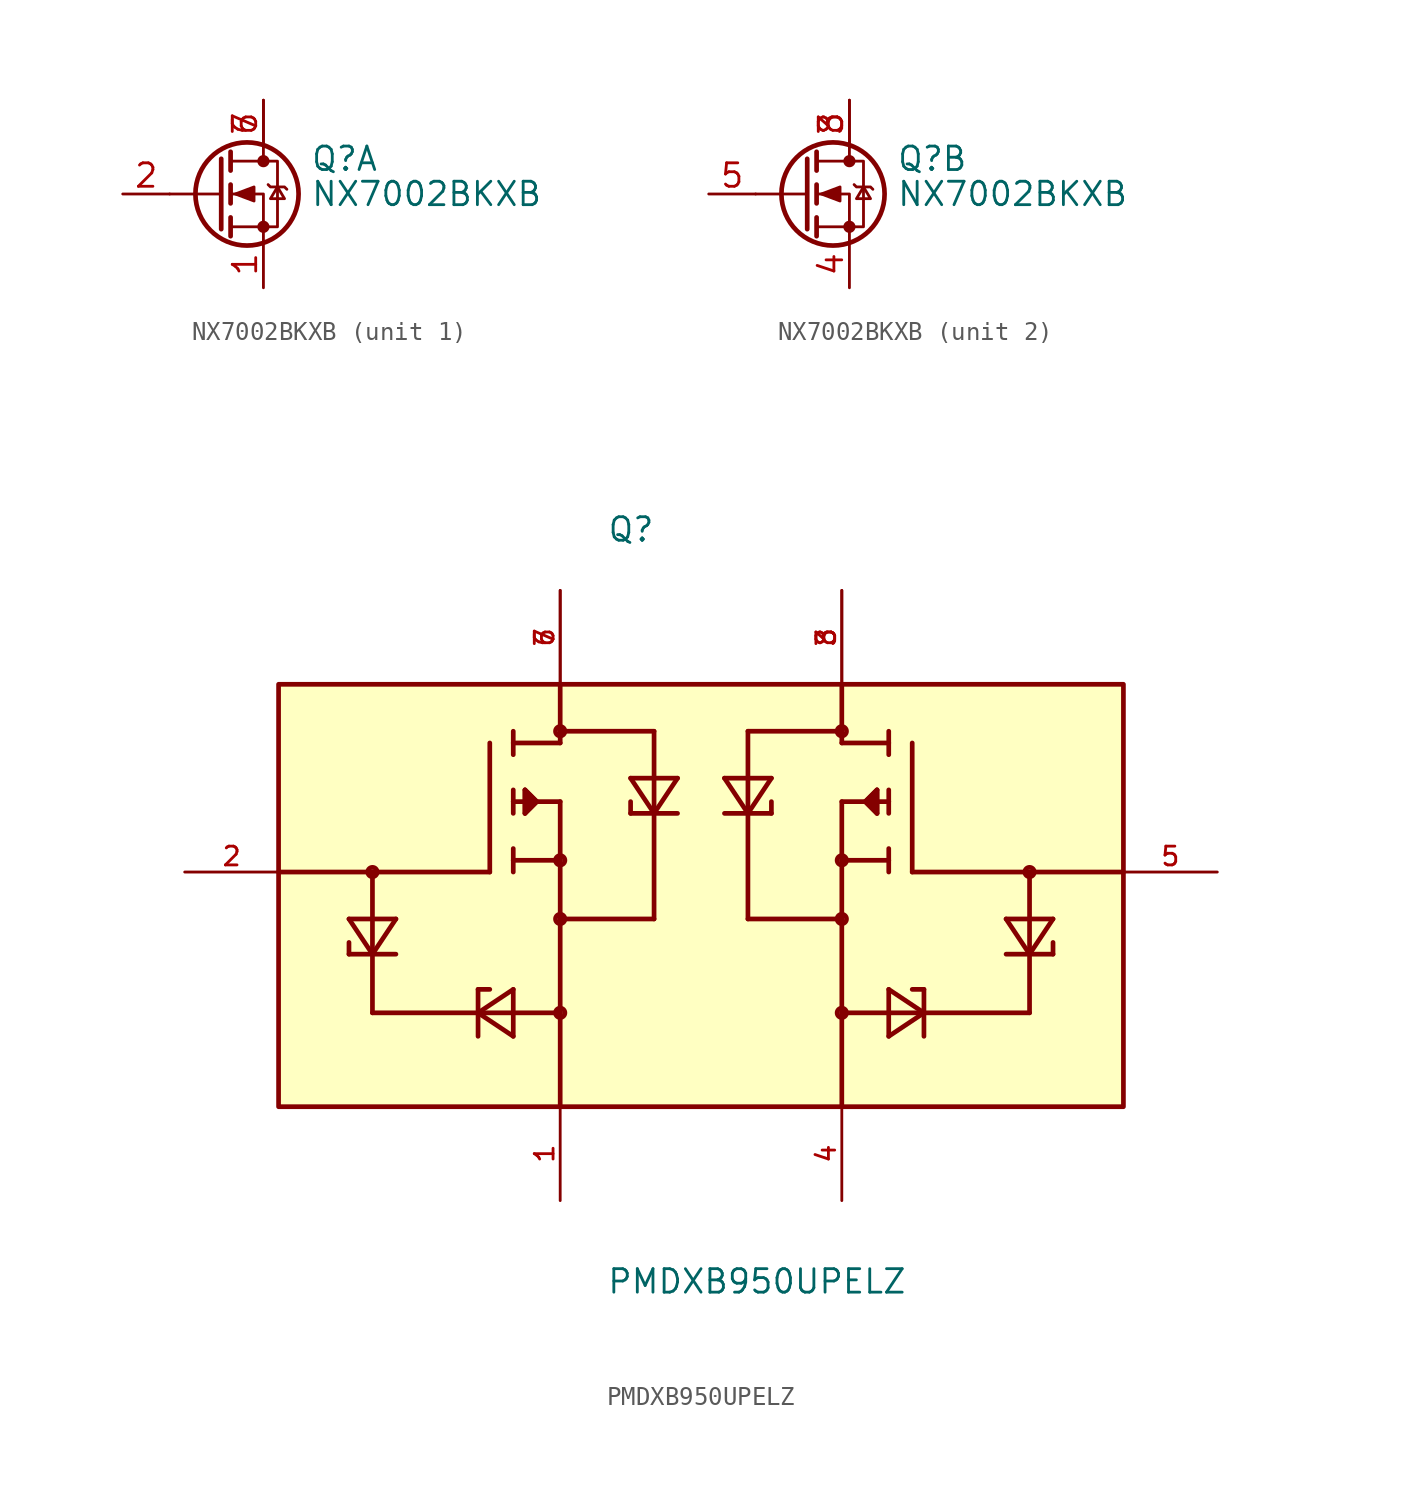
<source format=kicad_sym>
(kicad_symbol_lib
  (version 20220914)
  (generator kicad_symbol_editor)
  (symbol "NX7002BKXB"
    (pin_names hide)
    (property "Reference" "Q"
      (at 5.08 1.905 0)
      (effects (font (size 1.27 1.27)) (justify left)))
    (property "Value" "NX7002BKXB"
      (at 5.08 0 0)
      (effects (font (size 1.27 1.27)) (justify left)))
    (symbol "NX7002BKXB_0_1"
      (polyline (pts (xy 0.254 0) (xy -2.54 0)) (stroke (width 0) (type default)) (fill (type none)))
      (polyline (pts (xy 0.254 1.905) (xy 0.254 -1.905)) (stroke (width 0.254) (type default)) (fill (type none)))
      (polyline (pts (xy 0.762 -1.27) (xy 0.762 -2.286)) (stroke (width 0.254) (type default)) (fill (type none)))
      (polyline (pts (xy 0.762 0.508) (xy 0.762 -0.508)) (stroke (width 0.254) (type default)) (fill (type none)))
      (polyline (pts (xy 0.762 2.286) (xy 0.762 1.27)) (stroke (width 0.254) (type default)) (fill (type none)))
      (polyline (pts (xy 2.54 2.54) (xy 2.54 1.778)) (stroke (width 0) (type default)) (fill (type none)))
      (polyline (pts (xy 2.54 -2.54) (xy 2.54 0) (xy 0.762 0)) (stroke (width 0) (type default)) (fill (type none)))
      (polyline (pts (xy 0.762 -1.778) (xy 3.302 -1.778) (xy 3.302 1.778) (xy 0.762 1.778)) (stroke (width 0) (type default)) (fill (type none)))
      (polyline (pts (xy 1.016 0) (xy 2.032 0.381) (xy 2.032 -0.381) (xy 1.016 0)) (stroke (width 0) (type default)) (fill (type outline)))
      (polyline (pts (xy 2.794 0.508) (xy 2.921 0.381) (xy 3.683 0.381) (xy 3.81 0.254)) (stroke (width 0) (type default)) (fill (type none)))
      (polyline (pts (xy 3.302 0.381) (xy 2.921 -0.254) (xy 3.683 -0.254) (xy 3.302 0.381)) (stroke (width 0) (type default)) (fill (type none)))
      (circle (center 1.651 0) (radius 2.794) (stroke (width 0.254) (type default)) (fill (type none)))
      (circle (center 2.54 -1.778) (radius 0.254) (stroke (width 0) (type default)) (fill (type outline)))
      (circle (center 2.54 1.778) (radius 0.254) (stroke (width 0) (type default)) (fill (type outline))))
    (symbol "NX7002BKXB_1_1"
      (pin passive line (at 2.54 -5.08 90) (length 2.54) (name "S" (effects (font (size 1.27 1.27)))) (number "1" (effects (font (size 1.27 1.27)))))
      (pin input line (at -5.08 0 0) (length 2.54) (name "G" (effects (font (size 1.27 1.27)))) (number "2" (effects (font (size 1.27 1.27)))))
      (pin passive line (at 2.54 5.08 270) (length 2.54) (name "D" (effects (font (size 1.27 1.27)))) (number "6" (effects (font (size 1.27 1.27)))))
      (pin passive line (at 2.54 5.08 270) (length 2.54) (name "D" (effects (font (size 1.27 1.27)))) (number "7" (effects (font (size 1.27 1.27))))))
    (symbol "NX7002BKXB_2_1"
      (pin passive line (at 2.54 5.08 270) (length 2.54) (name "D" (effects (font (size 1.27 1.27)))) (number "3" (effects (font (size 1.27 1.27)))))
      (pin passive line (at 2.54 -5.08 90) (length 2.54) (name "S" (effects (font (size 1.27 1.27)))) (number "4" (effects (font (size 1.27 1.27)))))
      (pin input line (at -5.08 0 0) (length 2.54) (name "G" (effects (font (size 1.27 1.27)))) (number "5" (effects (font (size 1.27 1.27)))))
      (pin passive line (at 2.54 5.08 270) (length 2.54) (name "D" (effects (font (size 1.27 1.27)))) (number "8" (effects (font (size 1.27 1.27)))))))
  (symbol "PMDXB950UPELZ"
    (pin_names
      (offset 1.016))
    (property "Reference" "Q"
      (at -22.877 17.793 0)
      (effects (font (size 1.27 1.27)) (justify left bottom)))
    (property "Value" "PMDXB950UPELZ"
      (at -22.899 -22.899 0)
      (effects (font (size 1.27 1.27)) (justify left bottom)))
    (symbol "PMDXB950UPELZ_0_0"
      (rectangle (start -40.64 -12.7) (end 5.08 10.16) (stroke (width 0.254) (type default)) (fill (type background)))
      (circle (center -35.56 0) (radius 0.254) (stroke (width 0.254) (type default)) (fill (type none)))
      (circle (center -25.4 -7.62) (radius 0.254) (stroke (width 0.254) (type default)) (fill (type none)))
      (circle (center -25.4 -2.54) (radius 0.254) (stroke (width 0.254) (type default)) (fill (type none)))
      (circle (center -25.4 0.635) (radius 0.254) (stroke (width 0.254) (type default)) (fill (type none)))
      (circle (center -25.4 7.62) (radius 0.254) (stroke (width 0.254) (type default)) (fill (type none)))
      (circle (center -10.16 -7.62) (radius 0.254) (stroke (width 0.254) (type default)) (fill (type none)))
      (circle (center -10.16 -2.54) (radius 0.254) (stroke (width 0.254) (type default)) (fill (type none)))
      (circle (center -10.16 0.635) (radius 0.254) (stroke (width 0.254) (type default)) (fill (type none)))
      (circle (center -10.16 7.62) (radius 0.254) (stroke (width 0.254) (type default)) (fill (type none)))
      (polyline (pts (xy -40.64 0) (xy -35.56 0)) (stroke (width 0.254) (type default)) (fill (type none)))
      (polyline (pts (xy -36.83 -4.445) (xy -36.83 -3.81)) (stroke (width 0.254) (type default)) (fill (type none)))
      (polyline (pts (xy -36.83 -2.54) (xy -35.56 -4.445)) (stroke (width 0.254) (type default)) (fill (type none)))
      (polyline (pts (xy -35.56 -7.62) (xy -29.845 -7.62)) (stroke (width 0.254) (type default)) (fill (type none)))
      (polyline (pts (xy -35.56 -4.445) (xy -36.83 -4.445)) (stroke (width 0.254) (type default)) (fill (type none)))
      (polyline (pts (xy -35.56 -4.445) (xy -35.56 -7.62)) (stroke (width 0.254) (type default)) (fill (type none)))
      (polyline (pts (xy -35.56 -4.445) (xy -34.29 -2.54)) (stroke (width 0.254) (type default)) (fill (type none)))
      (polyline (pts (xy -35.56 -2.54) (xy -36.83 -2.54)) (stroke (width 0.254) (type default)) (fill (type none)))
      (polyline (pts (xy -35.56 -2.54) (xy -35.56 -4.445)) (stroke (width 0.254) (type default)) (fill (type none)))
      (polyline (pts (xy -35.56 0) (xy -35.56 -2.54)) (stroke (width 0.254) (type default)) (fill (type none)))
      (polyline (pts (xy -35.56 0) (xy -29.21 0)) (stroke (width 0.254) (type default)) (fill (type none)))
      (polyline (pts (xy -34.29 -4.445) (xy -35.56 -4.445)) (stroke (width 0.254) (type default)) (fill (type none)))
      (polyline (pts (xy -34.29 -2.54) (xy -35.56 -2.54)) (stroke (width 0.254) (type default)) (fill (type none)))
      (polyline (pts (xy -29.845 -8.89) (xy -29.845 -7.62)) (stroke (width 0.254) (type default)) (fill (type none)))
      (polyline (pts (xy -29.845 -7.62) (xy -29.845 -6.35)) (stroke (width 0.254) (type default)) (fill (type none)))
      (polyline (pts (xy -29.845 -7.62) (xy -27.94 -8.89)) (stroke (width 0.254) (type default)) (fill (type none)))
      (polyline (pts (xy -29.845 -7.62) (xy -27.94 -7.62)) (stroke (width 0.254) (type default)) (fill (type none)))
      (polyline (pts (xy -29.845 -6.35) (xy -29.21 -6.35)) (stroke (width 0.254) (type default)) (fill (type none)))
      (polyline (pts (xy -29.21 0) (xy -29.21 6.985)) (stroke (width 0.254) (type default)) (fill (type none)))
      (polyline (pts (xy -27.94 -8.89) (xy -27.94 -7.62)) (stroke (width 0.254) (type default)) (fill (type none)))
      (polyline (pts (xy -27.94 -7.62) (xy -27.94 -6.35)) (stroke (width 0.254) (type default)) (fill (type none)))
      (polyline (pts (xy -27.94 -6.35) (xy -29.845 -7.62)) (stroke (width 0.254) (type default)) (fill (type none)))
      (polyline (pts (xy -27.94 0) (xy -27.94 0.635)) (stroke (width 0.254) (type default)) (fill (type none)))
      (polyline (pts (xy -27.94 0.635) (xy -27.94 1.27)) (stroke (width 0.254) (type default)) (fill (type none)))
      (polyline (pts (xy -27.94 0.635) (xy -25.4 0.635)) (stroke (width 0.254) (type default)) (fill (type none)))
      (polyline (pts (xy -27.94 3.81) (xy -27.94 3.175)) (stroke (width 0.254) (type default)) (fill (type none)))
      (polyline (pts (xy -27.94 3.81) (xy -27.305 3.81)) (stroke (width 0.254) (type default)) (fill (type none)))
      (polyline (pts (xy -27.94 4.445) (xy -27.94 3.81)) (stroke (width 0.254) (type default)) (fill (type none)))
      (polyline (pts (xy -27.94 6.985) (xy -27.94 6.35)) (stroke (width 0.254) (type default)) (fill (type none)))
      (polyline (pts (xy -27.94 6.985) (xy -25.4 6.985)) (stroke (width 0.254) (type default)) (fill (type none)))
      (polyline (pts (xy -27.94 7.62) (xy -27.94 6.985)) (stroke (width 0.254) (type default)) (fill (type none)))
      (polyline (pts (xy -27.305 3.175) (xy -27.305 3.81)) (stroke (width 0.254) (type default)) (fill (type none)))
      (polyline (pts (xy -27.305 3.81) (xy -27.305 4.445)) (stroke (width 0.254) (type default)) (fill (type none)))
      (polyline (pts (xy -27.305 4.445) (xy -26.67 3.81)) (stroke (width 0.254) (type default)) (fill (type none)))
      (polyline (pts (xy -26.67 3.81) (xy -27.305 3.175)) (stroke (width 0.254) (type default)) (fill (type none)))
      (polyline (pts (xy -26.67 3.81) (xy -25.4 3.81)) (stroke (width 0.254) (type default)) (fill (type none)))
      (polyline (pts (xy -25.4 -7.62) (xy -27.94 -7.62)) (stroke (width 0.254) (type default)) (fill (type none)))
      (polyline (pts (xy -25.4 -7.62) (xy -25.4 -12.7)) (stroke (width 0.254) (type default)) (fill (type none)))
      (polyline (pts (xy -25.4 -2.54) (xy -25.4 -7.62)) (stroke (width 0.254) (type default)) (fill (type none)))
      (polyline (pts (xy -25.4 0.635) (xy -25.4 -2.54)) (stroke (width 0.254) (type default)) (fill (type none)))
      (polyline (pts (xy -25.4 3.81) (xy -25.4 0.635)) (stroke (width 0.254) (type default)) (fill (type none)))
      (polyline (pts (xy -25.4 6.985) (xy -25.4 7.62)) (stroke (width 0.254) (type default)) (fill (type none)))
      (polyline (pts (xy -25.4 7.62) (xy -25.4 10.16)) (stroke (width 0.254) (type default)) (fill (type none)))
      (polyline (pts (xy -25.4 7.62) (xy -20.32 7.62)) (stroke (width 0.254) (type default)) (fill (type none)))
      (polyline (pts (xy -21.59 3.175) (xy -21.59 3.81)) (stroke (width 0.254) (type default)) (fill (type none)))
      (polyline (pts (xy -21.59 3.175) (xy -20.32 3.175)) (stroke (width 0.254) (type default)) (fill (type none)))
      (polyline (pts (xy -21.59 5.08) (xy -20.32 3.175)) (stroke (width 0.254) (type default)) (fill (type none)))
      (polyline (pts (xy -20.32 -2.54) (xy -25.4 -2.54)) (stroke (width 0.254) (type default)) (fill (type none)))
      (polyline (pts (xy -20.32 3.175) (xy -20.32 -2.54)) (stroke (width 0.254) (type default)) (fill (type none)))
      (polyline (pts (xy -20.32 3.175) (xy -20.32 5.08)) (stroke (width 0.254) (type default)) (fill (type none)))
      (polyline (pts (xy -20.32 3.175) (xy -19.05 5.08)) (stroke (width 0.254) (type default)) (fill (type none)))
      (polyline (pts (xy -20.32 5.08) (xy -21.59 5.08)) (stroke (width 0.254) (type default)) (fill (type none)))
      (polyline (pts (xy -20.32 7.62) (xy -20.32 5.08)) (stroke (width 0.254) (type default)) (fill (type none)))
      (polyline (pts (xy -19.05 3.175) (xy -20.32 3.175)) (stroke (width 0.254) (type default)) (fill (type none)))
      (polyline (pts (xy -19.05 5.08) (xy -20.32 5.08)) (stroke (width 0.254) (type default)) (fill (type none)))
      (polyline (pts (xy -16.51 3.175) (xy -15.24 3.175)) (stroke (width 0.254) (type default)) (fill (type none)))
      (polyline (pts (xy -16.51 5.08) (xy -15.24 5.08)) (stroke (width 0.254) (type default)) (fill (type none)))
      (polyline (pts (xy -15.24 -2.54) (xy -10.16 -2.54)) (stroke (width 0.254) (type default)) (fill (type none)))
      (polyline (pts (xy -15.24 3.175) (xy -16.51 5.08)) (stroke (width 0.254) (type default)) (fill (type none)))
      (polyline (pts (xy -15.24 3.175) (xy -15.24 -2.54)) (stroke (width 0.254) (type default)) (fill (type none)))
      (polyline (pts (xy -15.24 3.175) (xy -15.24 5.08)) (stroke (width 0.254) (type default)) (fill (type none)))
      (polyline (pts (xy -15.24 5.08) (xy -13.97 5.08)) (stroke (width 0.254) (type default)) (fill (type none)))
      (polyline (pts (xy -15.24 7.62) (xy -15.24 5.08)) (stroke (width 0.254) (type default)) (fill (type none)))
      (polyline (pts (xy -13.97 3.175) (xy -15.24 3.175)) (stroke (width 0.254) (type default)) (fill (type none)))
      (polyline (pts (xy -13.97 3.175) (xy -13.97 3.81)) (stroke (width 0.254) (type default)) (fill (type none)))
      (polyline (pts (xy -13.97 5.08) (xy -15.24 3.175)) (stroke (width 0.254) (type default)) (fill (type none)))
      (polyline (pts (xy -10.16 -7.62) (xy -10.16 -12.7)) (stroke (width 0.254) (type default)) (fill (type none)))
      (polyline (pts (xy -10.16 -7.62) (xy -7.62 -7.62)) (stroke (width 0.254) (type default)) (fill (type none)))
      (polyline (pts (xy -10.16 -2.54) (xy -10.16 -7.62)) (stroke (width 0.254) (type default)) (fill (type none)))
      (polyline (pts (xy -10.16 0.635) (xy -10.16 -2.54)) (stroke (width 0.254) (type default)) (fill (type none)))
      (polyline (pts (xy -10.16 3.81) (xy -10.16 0.635)) (stroke (width 0.254) (type default)) (fill (type none)))
      (polyline (pts (xy -10.16 6.985) (xy -10.16 7.62)) (stroke (width 0.254) (type default)) (fill (type none)))
      (polyline (pts (xy -10.16 7.62) (xy -15.24 7.62)) (stroke (width 0.254) (type default)) (fill (type none)))
      (polyline (pts (xy -10.16 7.62) (xy -10.16 10.16)) (stroke (width 0.254) (type default)) (fill (type none)))
      (polyline (pts (xy -8.89 3.81) (xy -10.16 3.81)) (stroke (width 0.254) (type default)) (fill (type none)))
      (polyline (pts (xy -8.89 3.81) (xy -8.255 3.175)) (stroke (width 0.254) (type default)) (fill (type none)))
      (polyline (pts (xy -8.255 3.175) (xy -8.255 3.81)) (stroke (width 0.254) (type default)) (fill (type none)))
      (polyline (pts (xy -8.255 3.81) (xy -8.255 4.445)) (stroke (width 0.254) (type default)) (fill (type none)))
      (polyline (pts (xy -8.255 4.445) (xy -8.89 3.81)) (stroke (width 0.254) (type default)) (fill (type none)))
      (polyline (pts (xy -7.62 -8.89) (xy -7.62 -7.62)) (stroke (width 0.254) (type default)) (fill (type none)))
      (polyline (pts (xy -7.62 -7.62) (xy -7.62 -6.35)) (stroke (width 0.254) (type default)) (fill (type none)))
      (polyline (pts (xy -7.62 -6.35) (xy -5.715 -7.62)) (stroke (width 0.254) (type default)) (fill (type none)))
      (polyline (pts (xy -7.62 0) (xy -7.62 0.635)) (stroke (width 0.254) (type default)) (fill (type none)))
      (polyline (pts (xy -7.62 0.635) (xy -10.16 0.635)) (stroke (width 0.254) (type default)) (fill (type none)))
      (polyline (pts (xy -7.62 0.635) (xy -7.62 1.27)) (stroke (width 0.254) (type default)) (fill (type none)))
      (polyline (pts (xy -7.62 3.81) (xy -8.255 3.81)) (stroke (width 0.254) (type default)) (fill (type none)))
      (polyline (pts (xy -7.62 3.81) (xy -7.62 3.175)) (stroke (width 0.254) (type default)) (fill (type none)))
      (polyline (pts (xy -7.62 4.445) (xy -7.62 3.81)) (stroke (width 0.254) (type default)) (fill (type none)))
      (polyline (pts (xy -7.62 6.985) (xy -10.16 6.985)) (stroke (width 0.254) (type default)) (fill (type none)))
      (polyline (pts (xy -7.62 6.985) (xy -7.62 6.35)) (stroke (width 0.254) (type default)) (fill (type none)))
      (polyline (pts (xy -7.62 7.62) (xy -7.62 6.985)) (stroke (width 0.254) (type default)) (fill (type none)))
      (polyline (pts (xy -6.35 0) (xy -6.35 6.985)) (stroke (width 0.254) (type default)) (fill (type none)))
      (polyline (pts (xy -5.715 -8.89) (xy -5.715 -7.62)) (stroke (width 0.254) (type default)) (fill (type none)))
      (polyline (pts (xy -5.715 -7.62) (xy -7.62 -8.89)) (stroke (width 0.254) (type default)) (fill (type none)))
      (polyline (pts (xy -5.715 -7.62) (xy -7.62 -7.62)) (stroke (width 0.254) (type default)) (fill (type none)))
      (polyline (pts (xy -5.715 -7.62) (xy -5.715 -6.35)) (stroke (width 0.254) (type default)) (fill (type none)))
      (polyline (pts (xy -5.715 -6.35) (xy -6.35 -6.35)) (stroke (width 0.254) (type default)) (fill (type none)))
      (polyline (pts (xy -1.27 -4.445) (xy 0 -4.445)) (stroke (width 0.254) (type default)) (fill (type none)))
      (polyline (pts (xy -1.27 -2.54) (xy 0 -2.54)) (stroke (width 0.254) (type default)) (fill (type none)))
      (polyline (pts (xy 0 -7.62) (xy -5.715 -7.62)) (stroke (width 0.254) (type default)) (fill (type none)))
      (polyline (pts (xy 0 -4.445) (xy -1.27 -2.54)) (stroke (width 0.254) (type default)) (fill (type none)))
      (polyline (pts (xy 0 -4.445) (xy 0 -7.62)) (stroke (width 0.254) (type default)) (fill (type none)))
      (polyline (pts (xy 0 -4.445) (xy 1.27 -4.445)) (stroke (width 0.254) (type default)) (fill (type none)))
      (polyline (pts (xy 0 -2.54) (xy 0 -4.445)) (stroke (width 0.254) (type default)) (fill (type none)))
      (polyline (pts (xy 0 -2.54) (xy 1.27 -2.54)) (stroke (width 0.254) (type default)) (fill (type none)))
      (polyline (pts (xy 0 0) (xy -6.35 0)) (stroke (width 0.254) (type default)) (fill (type none)))
      (polyline (pts (xy 0 0) (xy 0 -2.54)) (stroke (width 0.254) (type default)) (fill (type none)))
      (polyline (pts (xy 1.27 -4.445) (xy 1.27 -3.81)) (stroke (width 0.254) (type default)) (fill (type none)))
      (polyline (pts (xy 1.27 -2.54) (xy 0 -4.445)) (stroke (width 0.254) (type default)) (fill (type none)))
      (polyline (pts (xy 5.08 0) (xy 0 0)) (stroke (width 0.254) (type default)) (fill (type none)))
      (polyline (pts (xy -27.305 3.175) (xy -27.305 4.445) (xy -26.67 3.81) (xy -27.305 3.175)) (stroke (width 0.254) (type default)) (fill (type outline)))
      (polyline (pts (xy -8.255 3.175) (xy -8.255 4.445) (xy -8.89 3.81) (xy -8.255 3.175)) (stroke (width 0.254) (type default)) (fill (type outline)))
      (circle (center 0 0) (radius 0.254) (stroke (width 0.254) (type default)) (fill (type none)))
      (pin passive line (at -25.4 -17.78 90) (length 5.08) (name "~" (effects (font (size 1.016 1.016)))) (number "1" (effects (font (size 1.016 1.016)))))
      (pin passive line (at -45.72 0 0) (length 5.08) (name "~" (effects (font (size 1.016 1.016)))) (number "2" (effects (font (size 1.016 1.016)))))
      (pin passive line (at -10.16 15.24 270) (length 5.08) (name "~" (effects (font (size 1.016 1.016)))) (number "3" (effects (font (size 1.016 1.016)))))
      (pin passive line (at -10.16 -17.78 90) (length 5.08) (name "~" (effects (font (size 1.016 1.016)))) (number "4" (effects (font (size 1.016 1.016)))))
      (pin passive line (at 10.16 0 180) (length 5.08) (name "~" (effects (font (size 1.016 1.016)))) (number "5" (effects (font (size 1.016 1.016)))))
      (pin passive line (at -25.4 15.24 270) (length 5.08) (name "~" (effects (font (size 1.016 1.016)))) (number "6" (effects (font (size 1.016 1.016)))))
      (pin passive line (at -25.4 15.24 270) (length 5.08) (name "~" (effects (font (size 1.016 1.016)))) (number "7" (effects (font (size 1.016 1.016)))))
      (pin passive line (at -10.16 15.24 270) (length 5.08) (name "~" (effects (font (size 1.016 1.016)))) (number "8" (effects (font (size 1.016 1.016))))))))
</source>
